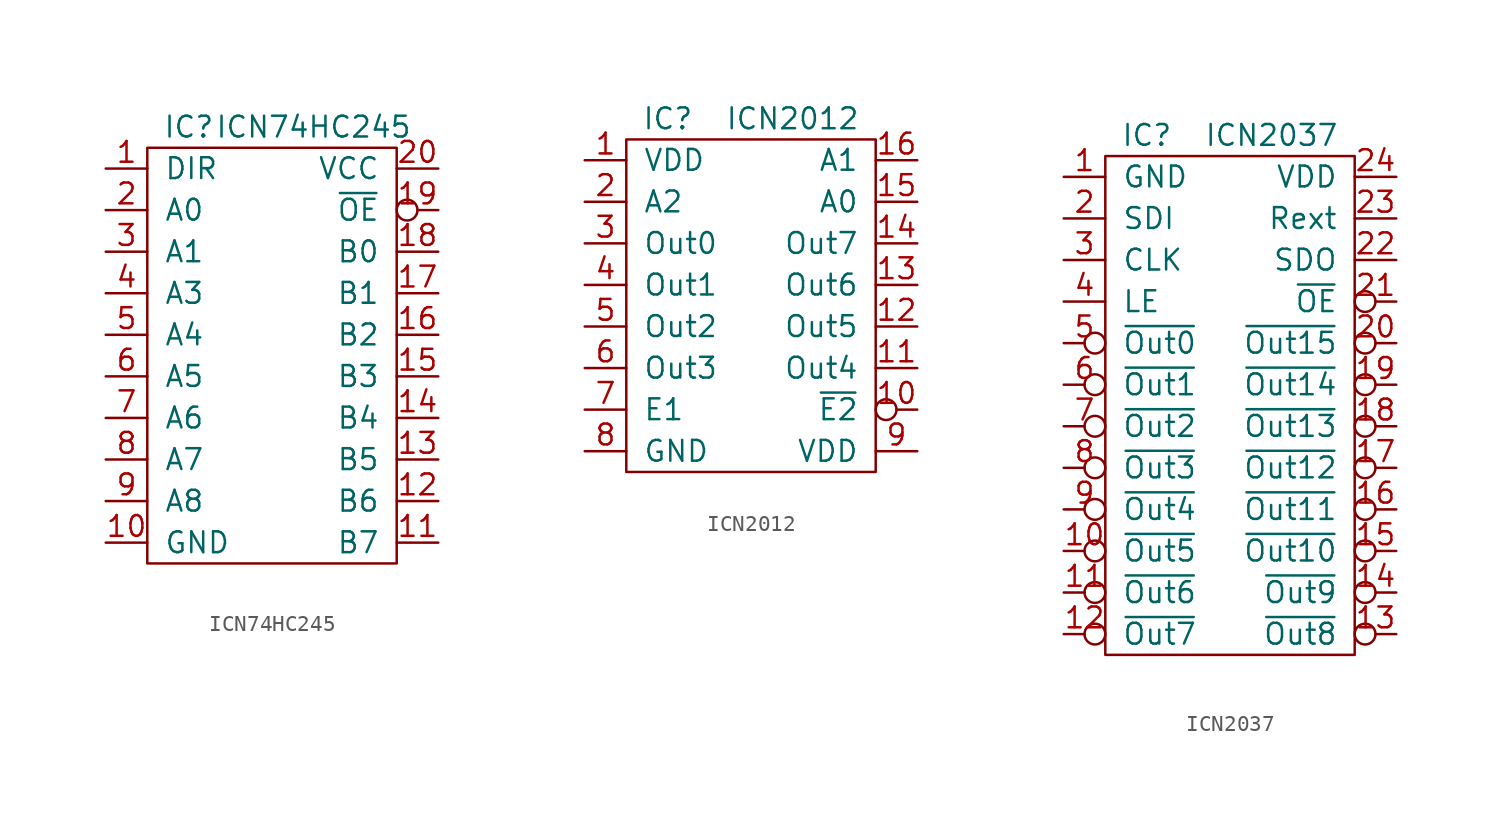
<source format=kicad_sym>
(kicad_symbol_lib
  (version 20211014)
  (generator kicad_symbol_editor)
  (symbol "ICN74HC245"
    (pin_names
      (offset 1.016))
    (property "Reference" "IC"
      (at -5.08 13.97 0)
      (effects (font (size 1.27 1.27))))
    (property "Value" "ICN74HC245"
      (at 2.54 13.97 0)
      (effects (font (size 1.27 1.27))))
    (symbol "ICN74HC245_0_1"
      (rectangle (start -7.62 12.7) (end 7.62 -12.7) (stroke (width 0) (type default) (color 0 0 0 0)) (fill (type none))))
    (symbol "ICN74HC245_1_1"
      (pin input line (at -10.16 11.43 0) (length 2.54) (name "DIR" (effects (font (size 1.27 1.27)))) (number "1" (effects (font (size 1.27 1.27)))))
      (pin power_in line (at -10.16 -11.43 0) (length 2.54) (name "GND" (effects (font (size 1.27 1.27)))) (number "10" (effects (font (size 1.27 1.27)))))
      (pin bidirectional line (at 10.16 -11.43 180) (length 2.54) (name "B7" (effects (font (size 1.27 1.27)))) (number "11" (effects (font (size 1.27 1.27)))))
      (pin bidirectional line (at 10.16 -8.89 180) (length 2.54) (name "B6" (effects (font (size 1.27 1.27)))) (number "12" (effects (font (size 1.27 1.27)))))
      (pin bidirectional line (at 10.16 -6.35 180) (length 2.54) (name "B5" (effects (font (size 1.27 1.27)))) (number "13" (effects (font (size 1.27 1.27)))))
      (pin bidirectional line (at 10.16 -3.81 180) (length 2.54) (name "B4" (effects (font (size 1.27 1.27)))) (number "14" (effects (font (size 1.27 1.27)))))
      (pin bidirectional line (at 10.16 -1.27 180) (length 2.54) (name "B3" (effects (font (size 1.27 1.27)))) (number "15" (effects (font (size 1.27 1.27)))))
      (pin bidirectional line (at 10.16 1.27 180) (length 2.54) (name "B2" (effects (font (size 1.27 1.27)))) (number "16" (effects (font (size 1.27 1.27)))))
      (pin bidirectional line (at 10.16 3.81 180) (length 2.54) (name "B1" (effects (font (size 1.27 1.27)))) (number "17" (effects (font (size 1.27 1.27)))))
      (pin bidirectional line (at 10.16 6.35 180) (length 2.54) (name "B0" (effects (font (size 1.27 1.27)))) (number "18" (effects (font (size 1.27 1.27)))))
      (pin input inverted (at 10.16 8.89 180) (length 2.54) (name "~{OE}" (effects (font (size 1.27 1.27)))) (number "19" (effects (font (size 1.27 1.27)))))
      (pin bidirectional line (at -10.16 8.89 0) (length 2.54) (name "A0" (effects (font (size 1.27 1.27)))) (number "2" (effects (font (size 1.27 1.27)))))
      (pin power_in line (at 10.16 11.43 180) (length 2.54) (name "VCC" (effects (font (size 1.27 1.27)))) (number "20" (effects (font (size 1.27 1.27)))))
      (pin bidirectional line (at -10.16 6.35 0) (length 2.54) (name "A1" (effects (font (size 1.27 1.27)))) (number "3" (effects (font (size 1.27 1.27)))))
      (pin bidirectional line (at -10.16 3.81 0) (length 2.54) (name "A3" (effects (font (size 1.27 1.27)))) (number "4" (effects (font (size 1.27 1.27)))))
      (pin bidirectional line (at -10.16 1.27 0) (length 2.54) (name "A4" (effects (font (size 1.27 1.27)))) (number "5" (effects (font (size 1.27 1.27)))))
      (pin bidirectional line (at -10.16 -1.27 0) (length 2.54) (name "A5" (effects (font (size 1.27 1.27)))) (number "6" (effects (font (size 1.27 1.27)))))
      (pin bidirectional line (at -10.16 -3.81 0) (length 2.54) (name "A6" (effects (font (size 1.27 1.27)))) (number "7" (effects (font (size 1.27 1.27)))))
      (pin bidirectional line (at -10.16 -6.35 0) (length 2.54) (name "A7" (effects (font (size 1.27 1.27)))) (number "8" (effects (font (size 1.27 1.27)))))
      (pin bidirectional line (at -10.16 -8.89 0) (length 2.54) (name "A8" (effects (font (size 1.27 1.27)))) (number "9" (effects (font (size 1.27 1.27)))))))
  (symbol "ICN2012"
    (pin_names
      (offset 1.016))
    (property "Reference" "IC"
      (at -5.08 11.43 0)
      (effects (font (size 1.27 1.27))))
    (property "Value" "ICN2012"
      (at 2.54 11.43 0)
      (effects (font (size 1.27 1.27))))
    (symbol "ICN2012_0_1"
      (rectangle (start -7.62 10.16) (end 7.62 -10.16) (stroke (width 0) (type default) (color 0 0 0 0)) (fill (type none))))
    (symbol "ICN2012_1_1"
      (pin power_in line (at -10.16 8.89 0) (length 2.54) (name "VDD" (effects (font (size 1.27 1.27)))) (number "1" (effects (font (size 1.27 1.27)))))
      (pin input inverted (at 10.16 -6.35 180) (length 2.54) (name "~{E2}" (effects (font (size 1.27 1.27)))) (number "10" (effects (font (size 1.27 1.27)))))
      (pin output line (at 10.16 -3.81 180) (length 2.54) (name "Out4" (effects (font (size 1.27 1.27)))) (number "11" (effects (font (size 1.27 1.27)))))
      (pin output line (at 10.16 -1.27 180) (length 2.54) (name "Out5" (effects (font (size 1.27 1.27)))) (number "12" (effects (font (size 1.27 1.27)))))
      (pin output line (at 10.16 1.27 180) (length 2.54) (name "Out6" (effects (font (size 1.27 1.27)))) (number "13" (effects (font (size 1.27 1.27)))))
      (pin output line (at 10.16 3.81 180) (length 2.54) (name "Out7" (effects (font (size 1.27 1.27)))) (number "14" (effects (font (size 1.27 1.27)))))
      (pin input line (at 10.16 6.35 180) (length 2.54) (name "A0" (effects (font (size 1.27 1.27)))) (number "15" (effects (font (size 1.27 1.27)))))
      (pin input line (at 10.16 8.89 180) (length 2.54) (name "A1" (effects (font (size 1.27 1.27)))) (number "16" (effects (font (size 1.27 1.27)))))
      (pin input line (at -10.16 6.35 0) (length 2.54) (name "A2" (effects (font (size 1.27 1.27)))) (number "2" (effects (font (size 1.27 1.27)))))
      (pin output line (at -10.16 3.81 0) (length 2.54) (name "Out0" (effects (font (size 1.27 1.27)))) (number "3" (effects (font (size 1.27 1.27)))))
      (pin output line (at -10.16 1.27 0) (length 2.54) (name "Out1" (effects (font (size 1.27 1.27)))) (number "4" (effects (font (size 1.27 1.27)))))
      (pin output line (at -10.16 -1.27 0) (length 2.54) (name "Out2" (effects (font (size 1.27 1.27)))) (number "5" (effects (font (size 1.27 1.27)))))
      (pin output line (at -10.16 -3.81 0) (length 2.54) (name "Out3" (effects (font (size 1.27 1.27)))) (number "6" (effects (font (size 1.27 1.27)))))
      (pin input line (at -10.16 -6.35 0) (length 2.54) (name "E1" (effects (font (size 1.27 1.27)))) (number "7" (effects (font (size 1.27 1.27)))))
      (pin power_in line (at -10.16 -8.89 0) (length 2.54) (name "GND" (effects (font (size 1.27 1.27)))) (number "8" (effects (font (size 1.27 1.27)))))
      (pin power_in line (at 10.16 -8.89 180) (length 2.54) (name "VDD" (effects (font (size 1.27 1.27)))) (number "9" (effects (font (size 1.27 1.27)))))))
  (symbol "ICN2037"
    (pin_names
      (offset 1.016))
    (property "Reference" "IC"
      (at -5.08 16.51 0)
      (effects (font (size 1.27 1.27))))
    (property "Value" "ICN2037"
      (at 2.54 16.51 0)
      (effects (font (size 1.27 1.27))))
    (symbol "ICN2037_0_1"
      (rectangle (start -7.62 15.24) (end 7.62 -15.24) (stroke (width 0) (type default) (color 0 0 0 0)) (fill (type none))))
    (symbol "ICN2037_1_1"
      (pin power_out line (at -10.16 13.97 0) (length 2.54) (name "GND" (effects (font (size 1.27 1.27)))) (number "1" (effects (font (size 1.27 1.27)))))
      (pin output inverted (at -10.16 -8.89 0) (length 2.54) (name "~{Out5}" (effects (font (size 1.27 1.27)))) (number "10" (effects (font (size 1.27 1.27)))))
      (pin output inverted (at -10.16 -11.43 0) (length 2.54) (name "~{Out6}" (effects (font (size 1.27 1.27)))) (number "11" (effects (font (size 1.27 1.27)))))
      (pin output inverted (at -10.16 -13.97 0) (length 2.54) (name "~{Out7}" (effects (font (size 1.27 1.27)))) (number "12" (effects (font (size 1.27 1.27)))))
      (pin output inverted (at 10.16 -13.97 180) (length 2.54) (name "~{Out8}" (effects (font (size 1.27 1.27)))) (number "13" (effects (font (size 1.27 1.27)))))
      (pin output inverted (at 10.16 -11.43 180) (length 2.54) (name "~{Out9}" (effects (font (size 1.27 1.27)))) (number "14" (effects (font (size 1.27 1.27)))))
      (pin output inverted (at 10.16 -8.89 180) (length 2.54) (name "~{Out10}" (effects (font (size 1.27 1.27)))) (number "15" (effects (font (size 1.27 1.27)))))
      (pin output inverted (at 10.16 -6.35 180) (length 2.54) (name "~{Out11}" (effects (font (size 1.27 1.27)))) (number "16" (effects (font (size 1.27 1.27)))))
      (pin output inverted (at 10.16 -3.81 180) (length 2.54) (name "~{Out12}" (effects (font (size 1.27 1.27)))) (number "17" (effects (font (size 1.27 1.27)))))
      (pin output inverted (at 10.16 -1.27 180) (length 2.54) (name "~{Out13}" (effects (font (size 1.27 1.27)))) (number "18" (effects (font (size 1.27 1.27)))))
      (pin output inverted (at 10.16 1.27 180) (length 2.54) (name "~{Out14}" (effects (font (size 1.27 1.27)))) (number "19" (effects (font (size 1.27 1.27)))))
      (pin input line (at -10.16 11.43 0) (length 2.54) (name "SDI" (effects (font (size 1.27 1.27)))) (number "2" (effects (font (size 1.27 1.27)))))
      (pin output inverted (at 10.16 3.81 180) (length 2.54) (name "~{Out15}" (effects (font (size 1.27 1.27)))) (number "20" (effects (font (size 1.27 1.27)))))
      (pin input inverted (at 10.16 6.35 180) (length 2.54) (name "~{OE}" (effects (font (size 1.27 1.27)))) (number "21" (effects (font (size 1.27 1.27)))))
      (pin output line (at 10.16 8.89 180) (length 2.54) (name "SDO" (effects (font (size 1.27 1.27)))) (number "22" (effects (font (size 1.27 1.27)))))
      (pin input line (at 10.16 11.43 180) (length 2.54) (name "Rext" (effects (font (size 1.27 1.27)))) (number "23" (effects (font (size 1.27 1.27)))))
      (pin power_in line (at 10.16 13.97 180) (length 2.54) (name "VDD" (effects (font (size 1.27 1.27)))) (number "24" (effects (font (size 1.27 1.27)))))
      (pin output line (at -10.16 8.89 0) (length 2.54) (name "CLK" (effects (font (size 1.27 1.27)))) (number "3" (effects (font (size 1.27 1.27)))))
      (pin output line (at -10.16 6.35 0) (length 2.54) (name "LE" (effects (font (size 1.27 1.27)))) (number "4" (effects (font (size 1.27 1.27)))))
      (pin output inverted (at -10.16 3.81 0) (length 2.54) (name "~{Out0}" (effects (font (size 1.27 1.27)))) (number "5" (effects (font (size 1.27 1.27)))))
      (pin output inverted (at -10.16 1.27 0) (length 2.54) (name "~{Out1}" (effects (font (size 1.27 1.27)))) (number "6" (effects (font (size 1.27 1.27)))))
      (pin output inverted (at -10.16 -1.27 0) (length 2.54) (name "~{Out2}" (effects (font (size 1.27 1.27)))) (number "7" (effects (font (size 1.27 1.27)))))
      (pin output inverted (at -10.16 -3.81 0) (length 2.54) (name "~{Out3}" (effects (font (size 1.27 1.27)))) (number "8" (effects (font (size 1.27 1.27)))))
      (pin output inverted (at -10.16 -6.35 0) (length 2.54) (name "~{Out4}" (effects (font (size 1.27 1.27)))) (number "9" (effects (font (size 1.27 1.27))))))))
</source>
